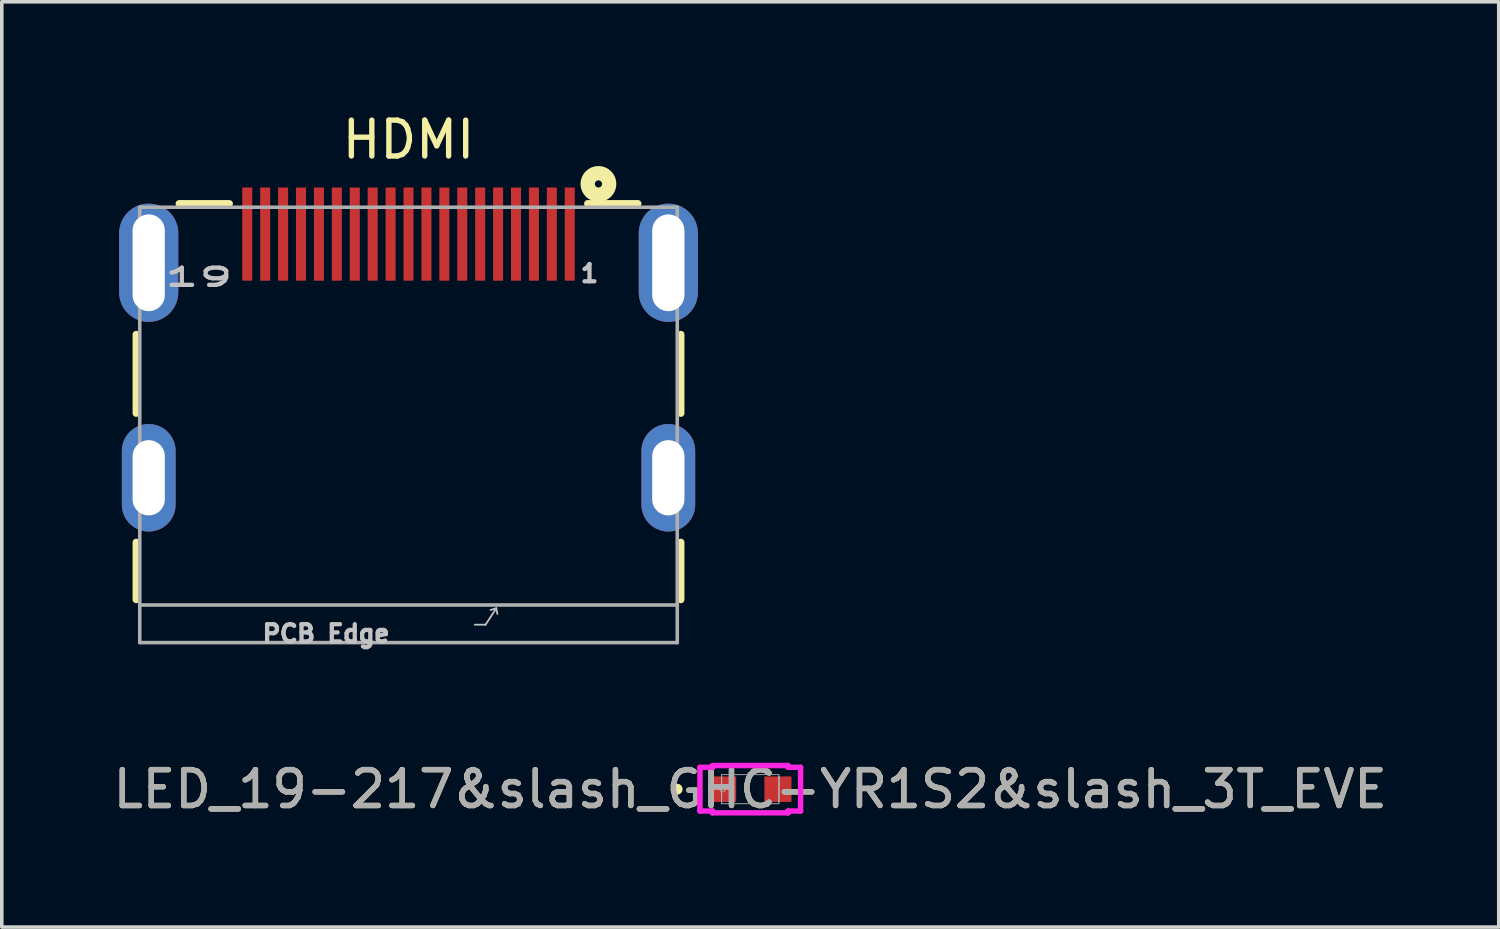
<source format=kicad_pcb>
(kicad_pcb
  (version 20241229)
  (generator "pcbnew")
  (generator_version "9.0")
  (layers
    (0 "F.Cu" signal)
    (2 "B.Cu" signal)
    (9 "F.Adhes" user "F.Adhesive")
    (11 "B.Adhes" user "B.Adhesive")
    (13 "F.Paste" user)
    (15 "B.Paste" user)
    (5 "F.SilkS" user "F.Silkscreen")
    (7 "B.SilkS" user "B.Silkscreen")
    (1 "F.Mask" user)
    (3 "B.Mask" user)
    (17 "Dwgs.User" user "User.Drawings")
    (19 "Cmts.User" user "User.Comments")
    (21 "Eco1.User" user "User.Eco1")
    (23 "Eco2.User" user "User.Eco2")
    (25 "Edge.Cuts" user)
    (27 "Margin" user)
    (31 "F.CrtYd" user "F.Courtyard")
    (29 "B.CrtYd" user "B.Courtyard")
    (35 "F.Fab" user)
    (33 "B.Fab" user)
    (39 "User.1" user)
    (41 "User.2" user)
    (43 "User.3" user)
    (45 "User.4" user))
  (footprint "HDMI"
    (layer "F.Cu")
    (at 8.35 3.483)
    (property "Reference" "HDMI" (at 0 -2.635 0) (layer "F.SilkS") (effects (font (size 1 1) (thickness 0.15))))
    (attr smd)
    (fp_line (start -7.6 2.8) (end -7.6 5) (stroke (width 0.2) (type solid)) (layer "F.SilkS"))
    (fp_line (start -7.6 8.6) (end -7.6 10.2) (stroke (width 0.2) (type solid)) (layer "F.SilkS"))
    (fp_line (start -6.4 -0.85) (end -5 -0.85) (stroke (width 0.2) (type solid)) (layer "F.SilkS"))
    (fp_line (start 5 -0.85) (end 6.4 -0.85) (stroke (width 0.2) (type solid)) (layer "F.SilkS"))
    (fp_line (start 7.6 2.8) (end 7.6 5) (stroke (width 0.2) (type solid)) (layer "F.SilkS"))
    (fp_line (start 7.6 10.2) (end 7.6 8.6) (stroke (width 0.2) (type solid)) (layer "F.SilkS"))
    (fp_circle (center 5.3 -1.4) (end 5.4 -1.4) (stroke (width 0.4) (type solid)) (fill no) (layer "F.SilkS"))
    (fp_line (start 1.85 10.9) (end 2.15 10.9) (stroke (width 0.05) (type solid)) (layer "Dwgs.User"))
    (fp_line (start 2.15 10.9) (end 2.45 10.44) (stroke (width 0.05) (type solid)) (layer "Dwgs.User"))
    (fp_line (start 2.45 10.44) (end 2.29 10.49) (stroke (width 0.05) (type solid)) (layer "Dwgs.User"))
    (fp_line (start 2.45 10.45) (end 2.48 10.6) (stroke (width 0.05) (type solid)) (layer "Dwgs.User"))
    (fp_rect (start 8.3 -1.5) (end -8.3 11.5) (stroke (width 0.1) (type default)) (fill no) (layer "Margin"))
    (fp_line (start -7.5 -0.75) (end 7.5 -0.75) (stroke (width 0.1) (type solid)) (layer "F.Fab"))
    (fp_line (start -7.5 10.35) (end -7.5 -0.75) (stroke (width 0.1) (type solid)) (layer "F.Fab"))
    (fp_line (start -7.5 10.35) (end -7.5 11.4) (stroke (width 0.1) (type solid)) (layer "F.Fab"))
    (fp_line (start -7.5 11.4) (end 7.5 11.4) (stroke (width 0.1) (type solid)) (layer "F.Fab"))
    (fp_line (start 7.5 -0.75) (end 7.5 10.35) (stroke (width 0.1) (type solid)) (layer "F.Fab"))
    (fp_line (start 7.5 10.35) (end -7.5 10.35) (stroke (width 0.1) (type solid)) (layer "F.Fab"))
    (fp_line (start 7.5 11.4) (end 7.5 10.35) (stroke (width 0.1) (type solid)) (layer "F.Fab"))
    (fp_text user "19" (at -5.85 1.2 0) (layer "Dwgs.User") (effects (font (size 0.48 1) (thickness 0.12))))
    (fp_text user "1" (at 5.05 1.1 0) (layer "Dwgs.User") (effects (font (size 0.48 0.48) (thickness 0.12))))
    (fp_text user "PCB Edge" (at -2.3 11.15 0) (layer "Dwgs.User") (effects (font (size 0.48 0.48) (thickness 0.12))))
    (pad "1" smd rect (at 4.5 0 180) (size 0.28 2.6) (layers "F.Cu" "F.Mask" "F.Paste"))
    (pad "2" smd rect (at 4 0 180) (size 0.28 2.6) (layers "F.Cu" "F.Mask" "F.Paste"))
    (pad "3" smd rect (at 3.5 0 180) (size 0.28 2.6) (layers "F.Cu" "F.Mask" "F.Paste"))
    (pad "4" smd rect (at 3 0 180) (size 0.28 2.6) (layers "F.Cu" "F.Mask" "F.Paste"))
    (pad "5" smd rect (at 2.5 0 180) (size 0.28 2.6) (layers "F.Cu" "F.Mask" "F.Paste"))
    (pad "6" smd rect (at 2 0 180) (size 0.28 2.6) (layers "F.Cu" "F.Mask" "F.Paste"))
    (pad "7" smd rect (at 1.5 0 180) (size 0.28 2.6) (layers "F.Cu" "F.Mask" "F.Paste"))
    (pad "8" smd rect (at 1 0 180) (size 0.28 2.6) (layers "F.Cu" "F.Mask" "F.Paste"))
    (pad "9" smd rect (at 0.5 0 180) (size 0.28 2.6) (layers "F.Cu" "F.Mask" "F.Paste"))
    (pad "10" smd rect (at 0 0 180) (size 0.28 2.6) (layers "F.Cu" "F.Mask" "F.Paste"))
    (pad "11" smd rect (at -0.5 0 180) (size 0.28 2.6) (layers "F.Cu" "F.Mask" "F.Paste"))
    (pad "12" smd rect (at -1 0 180) (size 0.28 2.6) (layers "F.Cu" "F.Mask" "F.Paste"))
    (pad "13" smd rect (at -1.5 0 180) (size 0.28 2.6) (layers "F.Cu" "F.Mask" "F.Paste"))
    (pad "14" smd rect (at -2 0 180) (size 0.28 2.6) (layers "F.Cu" "F.Mask" "F.Paste"))
    (pad "15" smd rect (at -2.5 0 180) (size 0.28 2.6) (layers "F.Cu" "F.Mask" "F.Paste"))
    (pad "16" smd rect (at -3 0 180) (size 0.28 2.6) (layers "F.Cu" "F.Mask" "F.Paste"))
    (pad "17" smd rect (at -3.5 0 180) (size 0.28 2.6) (layers "F.Cu" "F.Mask" "F.Paste"))
    (pad "18" smd rect (at -4 0 180) (size 0.28 2.6) (layers "F.Cu" "F.Mask" "F.Paste"))
    (pad "19" smd rect (at -4.5 0 180) (size 0.28 2.6) (layers "F.Cu" "F.Mask" "F.Paste"))
    (pad "SHELL" thru_hole oval (at -7.25 0.8) (size 1.65 3.3) (drill oval 0.9 2.7) (layers "*.Cu" "*.Mask"))
    (pad "SHELL1" thru_hole oval (at 7.25 0.8) (size 1.65 3.3) (drill oval 0.9 2.7) (layers "*.Cu" "*.Mask"))
    (pad "SHELL2" thru_hole oval (at -7.25 6.8) (size 1.5 3) (drill oval 0.9 2.1) (layers "*.Cu" "*.Mask"))
    (pad "SHELL3" thru_hole oval (at 7.25 6.8) (size 1.5 3) (drill oval 0.9 2.1) (layers "*.Cu" "*.Mask")))
  (footprint "LED_19-217&slash_GHC-YR1S2&slash_3T_EVE"
    (layer "F.Cu")
    (at 17.887 18.973)
    (property "Reference" "LED_19-217&slash_GHC-YR1S2&slash_3T_EVE" (at 0 0 0) (unlocked yes) (layer "F.SilkS") (effects (font (size 1 1) (thickness 0.15))))
    (attr smd)
    (fp_circle (center -2.039 0) (end -1.963 0) (stroke (width 0.152) (type solid)) (fill no) (layer "F.SilkS"))
    (fp_line (start -1.404 -0.61) (end -1.054 -0.61) (stroke (width 0.152) (type solid)) (layer "F.CrtYd"))
    (fp_line (start -1.404 0.61) (end -1.404 -0.61) (stroke (width 0.152) (type solid)) (layer "F.CrtYd"))
    (fp_line (start -1.054 -0.66) (end 1.054 -0.66) (stroke (width 0.152) (type solid)) (layer "F.CrtYd"))
    (fp_line (start -1.054 -0.61) (end -1.054 -0.66) (stroke (width 0.152) (type solid)) (layer "F.CrtYd"))
    (fp_line (start -1.054 0.61) (end -1.404 0.61) (stroke (width 0.152) (type solid)) (layer "F.CrtYd"))
    (fp_line (start -1.054 0.66) (end -1.054 0.61) (stroke (width 0.152) (type solid)) (layer "F.CrtYd"))
    (fp_line (start 1.054 -0.66) (end 1.054 -0.61) (stroke (width 0.152) (type solid)) (layer "F.CrtYd"))
    (fp_line (start 1.054 -0.61) (end 1.404 -0.61) (stroke (width 0.152) (type solid)) (layer "F.CrtYd"))
    (fp_line (start 1.054 0.61) (end 1.054 0.66) (stroke (width 0.152) (type solid)) (layer "F.CrtYd"))
    (fp_line (start 1.054 0.66) (end -1.054 0.66) (stroke (width 0.152) (type solid)) (layer "F.CrtYd"))
    (fp_line (start 1.404 -0.61) (end 1.404 0.61) (stroke (width 0.152) (type solid)) (layer "F.CrtYd"))
    (fp_line (start 1.404 0.61) (end 1.054 0.61) (stroke (width 0.152) (type solid)) (layer "F.CrtYd"))
    (fp_line (start -0.8 -0.406) (end -0.8 0.406) (stroke (width 0.025) (type solid)) (layer "F.Fab"))
    (fp_line (start -0.8 -0.356) (end -0.8 -0.356) (stroke (width 0.025) (type solid)) (layer "F.Fab"))
    (fp_line (start -0.8 -0.356) (end -0.8 0.356) (stroke (width 0.025) (type solid)) (layer "F.Fab"))
    (fp_line (start -0.8 0.356) (end -0.8 -0.356) (stroke (width 0.025) (type solid)) (layer "F.Fab"))
    (fp_line (start -0.8 0.356) (end -0.8 0.356) (stroke (width 0.025) (type solid)) (layer "F.Fab"))
    (fp_line (start -0.8 0.406) (end 0.8 0.406) (stroke (width 0.025) (type solid)) (layer "F.Fab"))
    (fp_line (start 0.8 -0.406) (end -0.8 -0.406) (stroke (width 0.025) (type solid)) (layer "F.Fab"))
    (fp_line (start 0.8 -0.356) (end 0.8 -0.356) (stroke (width 0.025) (type solid)) (layer "F.Fab"))
    (fp_line (start 0.8 -0.356) (end 0.8 0.356) (stroke (width 0.025) (type solid)) (layer "F.Fab"))
    (fp_line (start 0.8 0.356) (end 0.8 -0.356) (stroke (width 0.025) (type solid)) (layer "F.Fab"))
    (fp_line (start 0.8 0.356) (end 0.8 0.356) (stroke (width 0.025) (type solid)) (layer "F.Fab"))
    (fp_line (start 0.8 0.406) (end 0.8 -0.406) (stroke (width 0.025) (type solid)) (layer "F.Fab"))
    (fp_circle (center -0.772 0) (end -0.696 0) (stroke (width 0.025) (type solid)) (fill no) (layer "F.Fab"))
    (fp_text user "${REFERENCE}" (at 0 0 0) (unlocked yes) (layer "F.Fab") (effects (font (size 1 1) (thickness 0.15))))
    (pad "1" smd rect (at -0.772 0) (size 0.756 0.711) (layers "F.Cu" "F.Mask" "F.Paste"))
    (pad "2" smd rect (at 0.772 0) (size 0.756 0.711) (layers "F.Cu" "F.Mask" "F.Paste"))
    (zone (net_name "") (layer "F.Cu") (hatch full 0.508) (connect_pads) (min_thickness 0.254) (filled_areas_thickness no) (keepout (tracks not_allowed) (vias not_allowed) (pads allowed) (copperpour not_allowed) (footprints allowed)) (placement (enabled no)) (fill) (polygon (pts (xy 17.544 18.617) (xy 18.23 18.617) (xy 18.23 19.328) (xy 17.544 19.328)))))
  (gr_rect
    (start -3 -3)
    (end 38.774 22.821)
    (stroke (width 0.1) (type default))
    (fill no)
    (layer "Edge.Cuts")))
</source>
